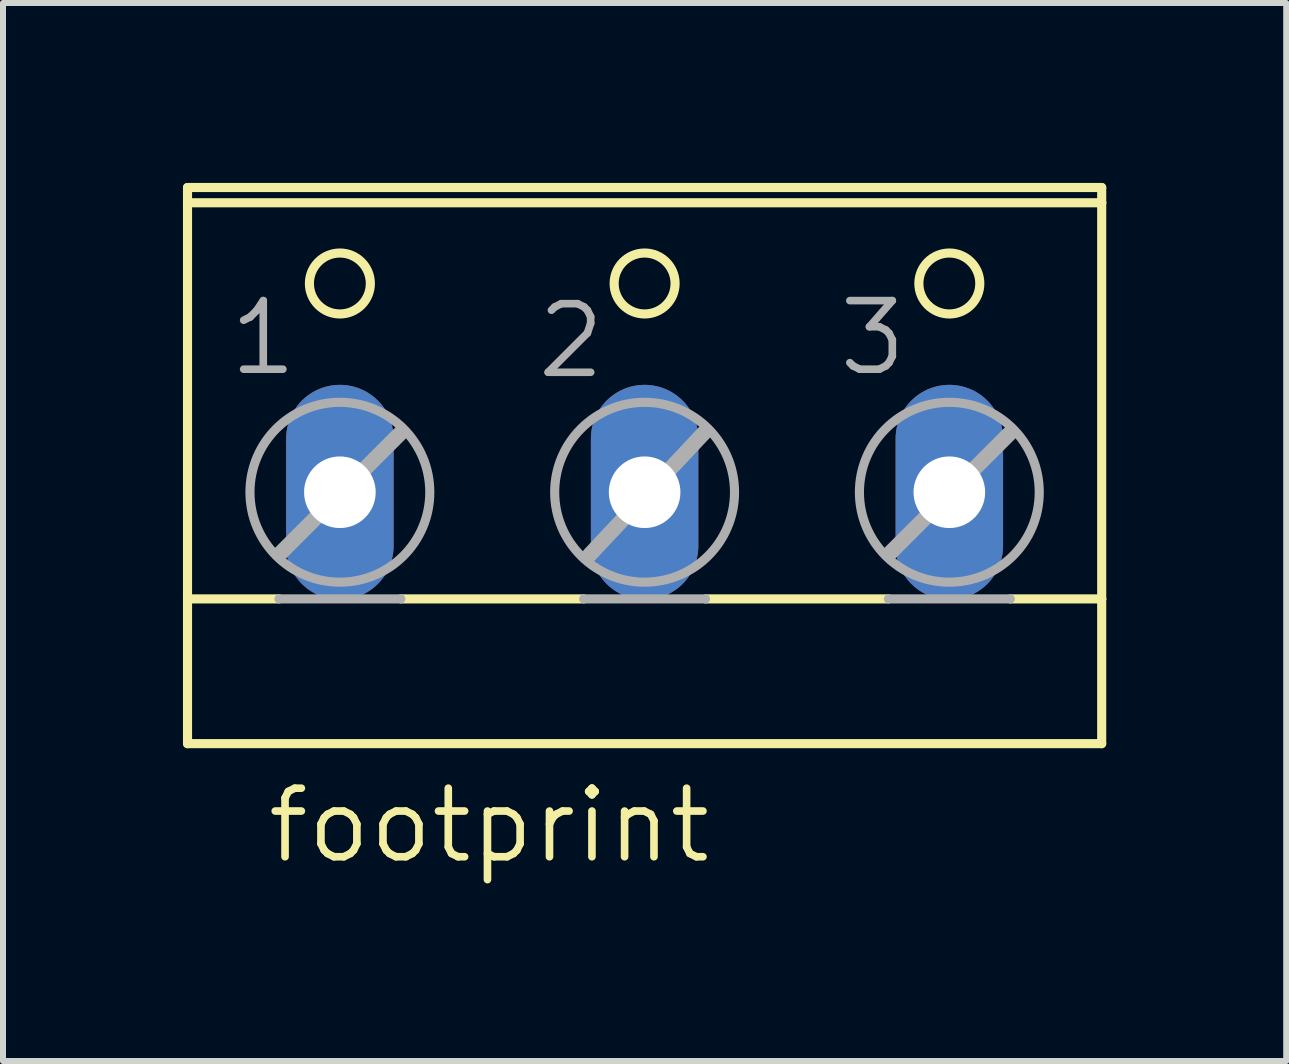
<source format=kicad_pcb>
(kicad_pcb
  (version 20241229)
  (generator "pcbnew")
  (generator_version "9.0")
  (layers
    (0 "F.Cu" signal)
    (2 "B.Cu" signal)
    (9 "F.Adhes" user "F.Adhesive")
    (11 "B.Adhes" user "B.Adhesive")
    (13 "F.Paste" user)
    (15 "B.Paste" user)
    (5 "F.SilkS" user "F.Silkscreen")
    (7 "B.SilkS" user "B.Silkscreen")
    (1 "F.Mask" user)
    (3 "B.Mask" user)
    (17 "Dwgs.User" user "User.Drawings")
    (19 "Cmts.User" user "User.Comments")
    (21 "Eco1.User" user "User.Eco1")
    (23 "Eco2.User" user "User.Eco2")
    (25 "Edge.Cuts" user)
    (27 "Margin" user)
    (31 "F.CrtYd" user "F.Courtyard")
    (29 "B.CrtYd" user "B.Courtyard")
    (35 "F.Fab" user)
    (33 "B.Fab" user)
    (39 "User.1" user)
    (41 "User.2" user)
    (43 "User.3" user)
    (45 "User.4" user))
  (footprint "footprint"
    (layer "F.Cu")
    (at 7.696 4.521)
    (property "Reference" "footprint" (at -6.35 6.858 0) (layer "F.SilkS") (effects (font (size 1.143 1.143) (thickness 0.127)) (justify left bottom)))
    (fp_line (start -7.62 -4.191) (end -7.62 -4.445) (stroke (width 0.152) (type solid)) (layer "F.SilkS"))
    (fp_line (start -7.62 -4.191) (end 7.62 -4.191) (stroke (width 0.152) (type solid)) (layer "F.SilkS"))
    (fp_line (start -7.62 2.413) (end -7.62 -4.191) (stroke (width 0.152) (type solid)) (layer "F.SilkS"))
    (fp_line (start -7.62 2.413) (end -6.096 2.413) (stroke (width 0.152) (type solid)) (layer "F.SilkS"))
    (fp_line (start -7.62 4.826) (end -7.62 2.413) (stroke (width 0.152) (type solid)) (layer "F.SilkS"))
    (fp_line (start -7.62 4.826) (end 7.62 4.826) (stroke (width 0.152) (type solid)) (layer "F.SilkS"))
    (fp_line (start -4.064 2.413) (end -1.016 2.413) (stroke (width 0.152) (type solid)) (layer "F.SilkS"))
    (fp_line (start 1.016 2.413) (end 4.064 2.413) (stroke (width 0.152) (type solid)) (layer "F.SilkS"))
    (fp_line (start 6.096 2.413) (end 7.62 2.413) (stroke (width 0.152) (type solid)) (layer "F.SilkS"))
    (fp_line (start 7.62 -4.445) (end -7.62 -4.445) (stroke (width 0.152) (type solid)) (layer "F.SilkS"))
    (fp_line (start 7.62 -4.445) (end 7.62 -4.191) (stroke (width 0.152) (type solid)) (layer "F.SilkS"))
    (fp_line (start 7.62 -4.191) (end 7.62 2.413) (stroke (width 0.152) (type solid)) (layer "F.SilkS"))
    (fp_line (start 7.62 2.413) (end 7.62 4.826) (stroke (width 0.152) (type solid)) (layer "F.SilkS"))
    (fp_circle (center -5.08 -2.845) (end -4.572 -2.845) (stroke (width 0.152) (type solid)) (fill no) (layer "F.SilkS"))
    (fp_circle (center 0 -2.845) (end 0.508 -2.845) (stroke (width 0.152) (type solid)) (fill no) (layer "F.SilkS"))
    (fp_circle (center 5.08 -2.845) (end 5.588 -2.845) (stroke (width 0.152) (type solid)) (fill no) (layer "F.SilkS"))
    (fp_line (start -6.096 2.413) (end -4.064 2.413) (stroke (width 0.152) (type solid)) (layer "F.Fab"))
    (fp_line (start -6.071 1.651) (end -4.064 -0.356) (stroke (width 0.254) (type solid)) (layer "F.Fab"))
    (fp_line (start -1.016 2.413) (end 1.016 2.413) (stroke (width 0.152) (type solid)) (layer "F.Fab"))
    (fp_line (start -0.914 1.676) (end 0.991 -0.356) (stroke (width 0.254) (type solid)) (layer "F.Fab"))
    (fp_line (start 4.064 2.413) (end 6.096 2.413) (stroke (width 0.152) (type solid)) (layer "F.Fab"))
    (fp_line (start 4.089 1.651) (end 6.096 -0.356) (stroke (width 0.254) (type solid)) (layer "F.Fab"))
    (fp_circle (center -5.08 0.635) (end -3.581 0.635) (stroke (width 0.152) (type solid)) (fill no) (layer "F.Fab"))
    (fp_circle (center 0 0.635) (end 1.499 0.635) (stroke (width 0.152) (type solid)) (fill no) (layer "F.Fab"))
    (fp_circle (center 5.08 0.635) (end 6.579 0.635) (stroke (width 0.152) (type solid)) (fill no) (layer "F.Fab"))
    (fp_text user "3" (at 3.175 -1.27 0) (layer "F.Fab") (effects (font (size 1.143 1.143) (thickness 0.127)) (justify left bottom)))
    (fp_text user "2" (at -1.854 -1.219 0) (layer "F.Fab") (effects (font (size 1.143 1.143) (thickness 0.127)) (justify left bottom)))
    (fp_text user "1" (at -6.985 -1.27 0) (layer "F.Fab") (effects (font (size 1.143 1.143) (thickness 0.127)) (justify left bottom)))
    (pad "1" thru_hole oval (at -5.08 0.635 90) (size 3.581 1.791) (drill 1.194) (layers "*.Cu" "*.Mask"))
    (pad "2" thru_hole oval (at 0 0.635 90) (size 3.581 1.791) (drill 1.194) (layers "*.Cu" "*.Mask"))
    (pad "3" thru_hole oval (at 5.08 0.635 90) (size 3.581 1.791) (drill 1.194) (layers "*.Cu" "*.Mask")))
  (gr_rect
    (start -3 -3)
    (end 18.392 14.638)
    (stroke (width 0.1) (type default))
    (fill no)
    (layer "Edge.Cuts")))
</source>
